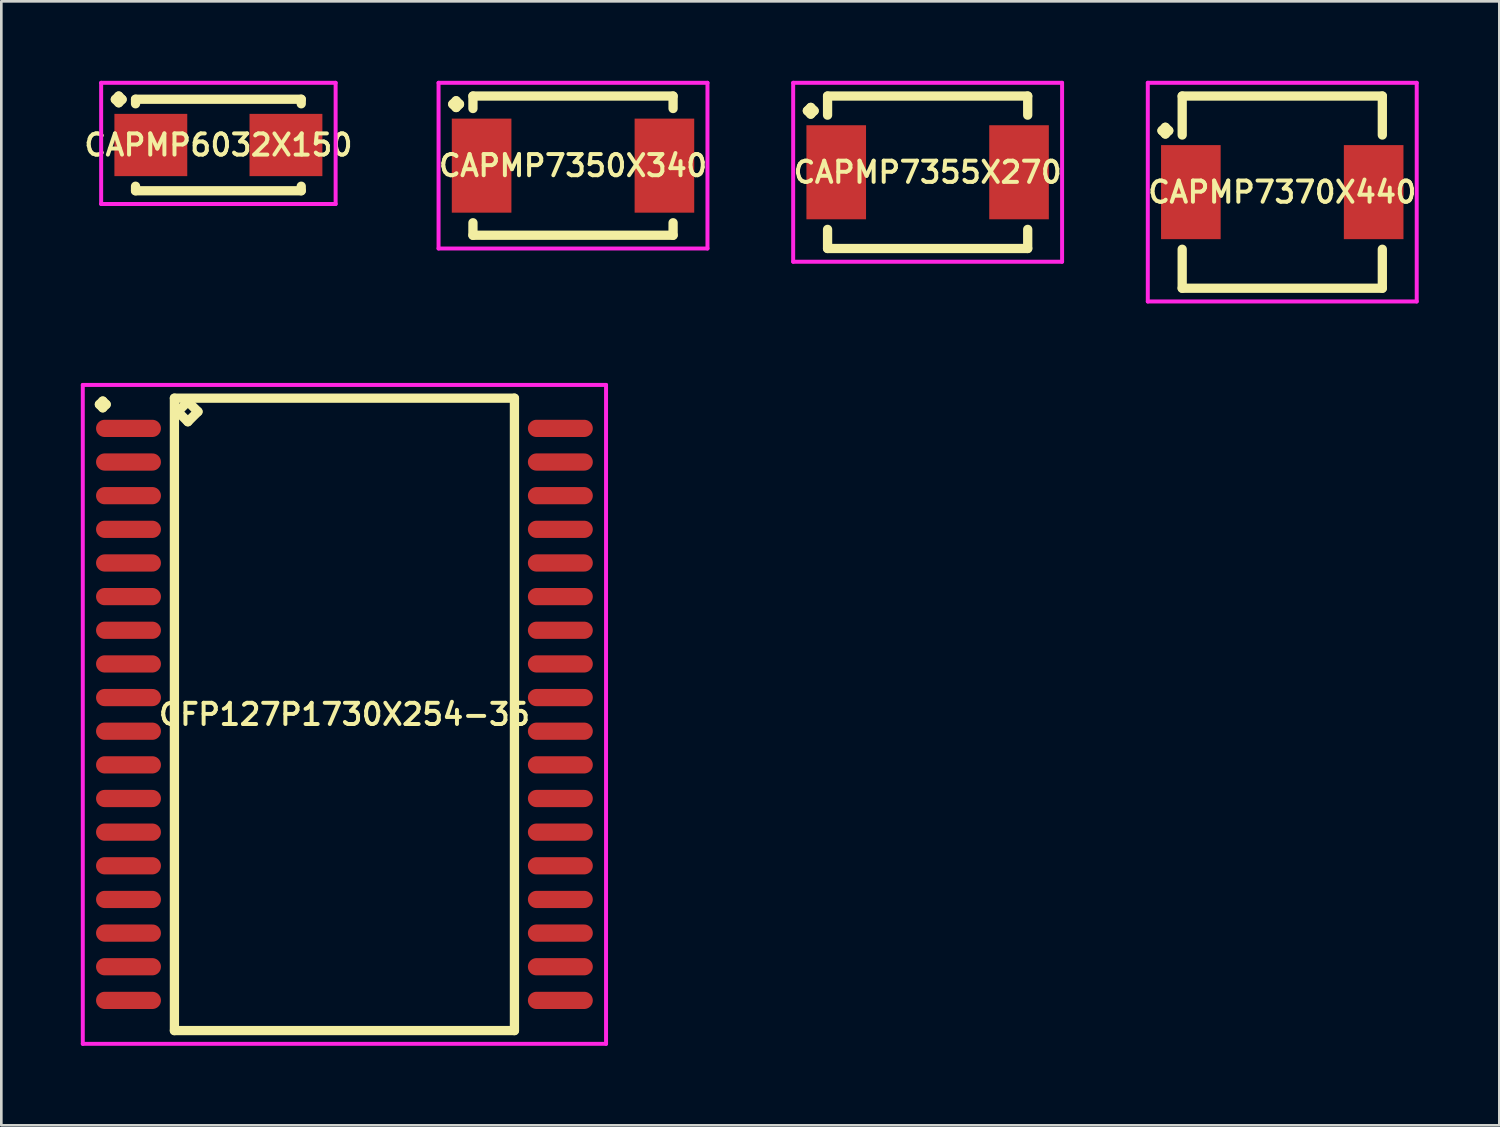
<source format=kicad_pcb>
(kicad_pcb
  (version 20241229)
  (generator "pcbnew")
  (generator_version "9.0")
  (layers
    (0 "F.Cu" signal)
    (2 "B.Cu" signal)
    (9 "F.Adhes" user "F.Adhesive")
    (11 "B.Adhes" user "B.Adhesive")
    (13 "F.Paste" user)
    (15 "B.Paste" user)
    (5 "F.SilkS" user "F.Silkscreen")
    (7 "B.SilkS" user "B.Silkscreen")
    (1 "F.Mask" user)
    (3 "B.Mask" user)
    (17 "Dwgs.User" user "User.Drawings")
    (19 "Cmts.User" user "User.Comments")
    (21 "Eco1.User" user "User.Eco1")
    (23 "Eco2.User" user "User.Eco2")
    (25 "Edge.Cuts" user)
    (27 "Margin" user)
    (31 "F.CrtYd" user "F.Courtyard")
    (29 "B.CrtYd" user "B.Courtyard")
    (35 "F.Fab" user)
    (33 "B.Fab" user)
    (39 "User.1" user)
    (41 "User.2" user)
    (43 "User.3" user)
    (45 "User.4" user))
  (footprint "CAPMP7370X440"
    (layer "F.Cu")
    (at 45.348 4.202)
    (property "Reference" "CAPMP7370X440" (at 0 0 0) (layer "F.SilkS") (effects (font (size 0.8 0.8) (thickness 0.15))))
    (attr smd)
    (fp_line (start -4.539 -2.321) (end -4.412 -2.448) (stroke (width 0.35) (type solid)) (layer "F.SilkS"))
    (fp_line (start -4.412 -2.448) (end -4.285 -2.321) (stroke (width 0.35) (type solid)) (layer "F.SilkS"))
    (fp_line (start -4.412 -2.194) (end -4.539 -2.321) (stroke (width 0.35) (type solid)) (layer "F.SilkS"))
    (fp_line (start -4.285 -2.321) (end -4.412 -2.194) (stroke (width 0.35) (type solid)) (layer "F.SilkS"))
    (fp_line (start -3.777 -3.627) (end 3.777 -3.627) (stroke (width 0.35) (type solid)) (layer "F.SilkS"))
    (fp_line (start -3.777 -2.156) (end -3.777 -3.627) (stroke (width 0.35) (type solid)) (layer "F.SilkS"))
    (fp_line (start -3.777 2.156) (end -3.777 3.627) (stroke (width 0.35) (type solid)) (layer "F.SilkS"))
    (fp_line (start -3.777 3.627) (end 3.777 3.627) (stroke (width 0.35) (type solid)) (layer "F.SilkS"))
    (fp_line (start 3.777 -3.627) (end 3.777 -2.156) (stroke (width 0.35) (type solid)) (layer "F.SilkS"))
    (fp_line (start 3.777 3.627) (end 3.777 2.156) (stroke (width 0.35) (type solid)) (layer "F.SilkS"))
    (fp_line (start -5.075 -4.127) (end 5.075 -4.127) (stroke (width 0.15) (type solid)) (layer "F.CrtYd"))
    (fp_line (start -5.075 4.127) (end -5.075 -4.127) (stroke (width 0.15) (type solid)) (layer "F.CrtYd"))
    (fp_line (start 5.075 -4.127) (end 5.075 4.127) (stroke (width 0.15) (type solid)) (layer "F.CrtYd"))
    (fp_line (start 5.075 4.127) (end -5.075 4.127) (stroke (width 0.15) (type solid)) (layer "F.CrtYd"))
    (pad "1" smd rect (at -3.45 0) (size 2.25 3.55) (layers "F.Cu" "F.Mask" "F.Paste"))
    (pad "2" smd rect (at 3.45 0) (size 2.25 3.55) (layers "F.Cu" "F.Mask" "F.Paste")))
  (footprint "CAPMP7355X270"
    (layer "F.Cu")
    (at 31.963 3.452)
    (property "Reference" "CAPMP7355X270" (at 0 0 0) (layer "F.SilkS") (effects (font (size 0.8 0.8) (thickness 0.15))))
    (attr smd)
    (fp_line (start -4.539 -2.321) (end -4.412 -2.448) (stroke (width 0.35) (type solid)) (layer "F.SilkS"))
    (fp_line (start -4.412 -2.448) (end -4.285 -2.321) (stroke (width 0.35) (type solid)) (layer "F.SilkS"))
    (fp_line (start -4.412 -2.194) (end -4.539 -2.321) (stroke (width 0.35) (type solid)) (layer "F.SilkS"))
    (fp_line (start -4.285 -2.321) (end -4.412 -2.194) (stroke (width 0.35) (type solid)) (layer "F.SilkS"))
    (fp_line (start -3.777 -2.877) (end 3.777 -2.877) (stroke (width 0.35) (type solid)) (layer "F.SilkS"))
    (fp_line (start -3.777 -2.156) (end -3.777 -2.877) (stroke (width 0.35) (type solid)) (layer "F.SilkS"))
    (fp_line (start -3.777 2.156) (end -3.777 2.877) (stroke (width 0.35) (type solid)) (layer "F.SilkS"))
    (fp_line (start -3.777 2.877) (end 3.777 2.877) (stroke (width 0.35) (type solid)) (layer "F.SilkS"))
    (fp_line (start 3.777 -2.877) (end 3.777 -2.156) (stroke (width 0.35) (type solid)) (layer "F.SilkS"))
    (fp_line (start 3.777 2.877) (end 3.777 2.156) (stroke (width 0.35) (type solid)) (layer "F.SilkS"))
    (fp_line (start -5.075 -3.377) (end 5.075 -3.377) (stroke (width 0.15) (type solid)) (layer "F.CrtYd"))
    (fp_line (start -5.075 3.377) (end -5.075 -3.377) (stroke (width 0.15) (type solid)) (layer "F.CrtYd"))
    (fp_line (start 5.075 -3.377) (end 5.075 3.377) (stroke (width 0.15) (type solid)) (layer "F.CrtYd"))
    (fp_line (start 5.075 3.377) (end -5.075 3.377) (stroke (width 0.15) (type solid)) (layer "F.CrtYd"))
    (pad "1" smd rect (at -3.45 0) (size 2.25 3.55) (layers "F.Cu" "F.Mask" "F.Paste"))
    (pad "2" smd rect (at 3.45 0) (size 2.25 3.55) (layers "F.Cu" "F.Mask" "F.Paste")))
  (footprint "CAPMP7350X340"
    (layer "F.Cu")
    (at 18.578 3.202)
    (property "Reference" "CAPMP7350X340" (at 0 0 0) (layer "F.SilkS") (effects (font (size 0.8 0.8) (thickness 0.15))))
    (attr through_hole)
    (fp_line (start -4.539 -2.321) (end -4.412 -2.448) (stroke (width 0.35) (type solid)) (layer "F.SilkS"))
    (fp_line (start -4.412 -2.448) (end -4.285 -2.321) (stroke (width 0.35) (type solid)) (layer "F.SilkS"))
    (fp_line (start -4.412 -2.194) (end -4.539 -2.321) (stroke (width 0.35) (type solid)) (layer "F.SilkS"))
    (fp_line (start -4.285 -2.321) (end -4.412 -2.194) (stroke (width 0.35) (type solid)) (layer "F.SilkS"))
    (fp_line (start -3.777 -2.627) (end 3.777 -2.627) (stroke (width 0.35) (type solid)) (layer "F.SilkS"))
    (fp_line (start -3.777 -2.156) (end -3.777 -2.627) (stroke (width 0.35) (type solid)) (layer "F.SilkS"))
    (fp_line (start -3.777 2.156) (end -3.777 2.627) (stroke (width 0.35) (type solid)) (layer "F.SilkS"))
    (fp_line (start -3.777 2.627) (end 3.777 2.627) (stroke (width 0.35) (type solid)) (layer "F.SilkS"))
    (fp_line (start 3.777 -2.627) (end 3.777 -2.156) (stroke (width 0.35) (type solid)) (layer "F.SilkS"))
    (fp_line (start 3.777 2.627) (end 3.777 2.156) (stroke (width 0.35) (type solid)) (layer "F.SilkS"))
    (fp_line (start -5.075 -3.127) (end 5.075 -3.127) (stroke (width 0.15) (type solid)) (layer "F.CrtYd"))
    (fp_line (start -5.075 3.127) (end -5.075 -3.127) (stroke (width 0.15) (type solid)) (layer "F.CrtYd"))
    (fp_line (start 5.075 -3.127) (end 5.075 3.127) (stroke (width 0.15) (type solid)) (layer "F.CrtYd"))
    (fp_line (start 5.075 3.127) (end -5.075 3.127) (stroke (width 0.15) (type solid)) (layer "F.CrtYd"))
    (pad "1" smd rect (at -3.45 0) (size 2.25 3.55) (layers "F.Cu" "F.Mask" "F.Paste"))
    (pad "2" smd rect (at 3.45 0) (size 2.25 3.55) (layers "F.Cu" "F.Mask" "F.Paste")))
  (footprint "CFP127P1730X254-36"
    (layer "F.Cu")
    (at 9.95 23.914)
    (property "Reference" "CFP127P1730X254-36" (at 0 0 0) (layer "F.SilkS") (effects (font (size 0.8 0.8) (thickness 0.15))))
    (attr smd)
    (fp_line (start -9.248 -11.699) (end -9.121 -11.826) (stroke (width 0.35) (type solid)) (layer "F.SilkS"))
    (fp_line (start -9.121 -11.826) (end -8.994 -11.699) (stroke (width 0.35) (type solid)) (layer "F.SilkS"))
    (fp_line (start -9.121 -11.572) (end -9.248 -11.699) (stroke (width 0.35) (type solid)) (layer "F.SilkS"))
    (fp_line (start -8.994 -11.699) (end -9.121 -11.572) (stroke (width 0.35) (type solid)) (layer "F.SilkS"))
    (fp_line (start -6.417 -11.935) (end -6.417 11.935) (stroke (width 0.35) (type solid)) (layer "F.SilkS"))
    (fp_line (start -6.417 11.935) (end 6.417 11.935) (stroke (width 0.35) (type solid)) (layer "F.SilkS"))
    (fp_line (start -6.29 -11.427) (end -5.909 -11.808) (stroke (width 0.35) (type solid)) (layer "F.SilkS"))
    (fp_line (start -5.909 -11.808) (end -5.528 -11.427) (stroke (width 0.35) (type solid)) (layer "F.SilkS"))
    (fp_line (start -5.909 -11.046) (end -6.29 -11.427) (stroke (width 0.35) (type solid)) (layer "F.SilkS"))
    (fp_line (start -5.528 -11.427) (end -5.909 -11.046) (stroke (width 0.35) (type solid)) (layer "F.SilkS"))
    (fp_line (start 6.417 -11.935) (end -6.417 -11.935) (stroke (width 0.35) (type solid)) (layer "F.SilkS"))
    (fp_line (start 6.417 11.935) (end 6.417 -11.935) (stroke (width 0.35) (type solid)) (layer "F.SilkS"))
    (fp_line (start -9.875 -12.435) (end 9.875 -12.435) (stroke (width 0.15) (type solid)) (layer "F.CrtYd"))
    (fp_line (start -9.875 12.435) (end -9.875 -12.435) (stroke (width 0.15) (type solid)) (layer "F.CrtYd"))
    (fp_line (start 9.875 -12.435) (end 9.875 12.435) (stroke (width 0.15) (type solid)) (layer "F.CrtYd"))
    (fp_line (start 9.875 12.435) (end -9.875 12.435) (stroke (width 0.15) (type solid)) (layer "F.CrtYd"))
    (pad "1" smd oval (at -8.15 -10.795) (size 2.45 0.65) (layers "F.Cu" "F.Mask" "F.Paste"))
    (pad "2" smd oval (at -8.15 -9.525) (size 2.45 0.65) (layers "F.Cu" "F.Mask" "F.Paste"))
    (pad "3" smd oval (at -8.15 -8.255) (size 2.45 0.65) (layers "F.Cu" "F.Mask" "F.Paste"))
    (pad "4" smd oval (at -8.15 -6.985) (size 2.45 0.65) (layers "F.Cu" "F.Mask" "F.Paste"))
    (pad "5" smd oval (at -8.15 -5.715) (size 2.45 0.65) (layers "F.Cu" "F.Mask" "F.Paste"))
    (pad "6" smd oval (at -8.15 -4.445) (size 2.45 0.65) (layers "F.Cu" "F.Mask" "F.Paste"))
    (pad "7" smd oval (at -8.15 -3.175) (size 2.45 0.65) (layers "F.Cu" "F.Mask" "F.Paste"))
    (pad "8" smd oval (at -8.15 -1.905) (size 2.45 0.65) (layers "F.Cu" "F.Mask" "F.Paste"))
    (pad "9" smd oval (at -8.15 -0.635) (size 2.45 0.65) (layers "F.Cu" "F.Mask" "F.Paste"))
    (pad "10" smd oval (at -8.15 0.635) (size 2.45 0.65) (layers "F.Cu" "F.Mask" "F.Paste"))
    (pad "11" smd oval (at -8.15 1.905) (size 2.45 0.65) (layers "F.Cu" "F.Mask" "F.Paste"))
    (pad "12" smd oval (at -8.15 3.175) (size 2.45 0.65) (layers "F.Cu" "F.Mask" "F.Paste"))
    (pad "13" smd oval (at -8.15 4.445) (size 2.45 0.65) (layers "F.Cu" "F.Mask" "F.Paste"))
    (pad "14" smd oval (at -8.15 5.715) (size 2.45 0.65) (layers "F.Cu" "F.Mask" "F.Paste"))
    (pad "15" smd oval (at -8.15 6.985) (size 2.45 0.65) (layers "F.Cu" "F.Mask" "F.Paste"))
    (pad "16" smd oval (at -8.15 8.255) (size 2.45 0.65) (layers "F.Cu" "F.Mask" "F.Paste"))
    (pad "17" smd oval (at -8.15 9.525) (size 2.45 0.65) (layers "F.Cu" "F.Mask" "F.Paste"))
    (pad "18" smd oval (at -8.15 10.795) (size 2.45 0.65) (layers "F.Cu" "F.Mask" "F.Paste"))
    (pad "19" smd oval (at 8.15 10.795) (size 2.45 0.65) (layers "F.Cu" "F.Mask" "F.Paste"))
    (pad "20" smd oval (at 8.15 9.525) (size 2.45 0.65) (layers "F.Cu" "F.Mask" "F.Paste"))
    (pad "21" smd oval (at 8.15 8.255) (size 2.45 0.65) (layers "F.Cu" "F.Mask" "F.Paste"))
    (pad "22" smd oval (at 8.15 6.985) (size 2.45 0.65) (layers "F.Cu" "F.Mask" "F.Paste"))
    (pad "23" smd oval (at 8.15 5.715) (size 2.45 0.65) (layers "F.Cu" "F.Mask" "F.Paste"))
    (pad "24" smd oval (at 8.15 4.445) (size 2.45 0.65) (layers "F.Cu" "F.Mask" "F.Paste"))
    (pad "25" smd oval (at 8.15 3.175) (size 2.45 0.65) (layers "F.Cu" "F.Mask" "F.Paste"))
    (pad "26" smd oval (at 8.15 1.905) (size 2.45 0.65) (layers "F.Cu" "F.Mask" "F.Paste"))
    (pad "27" smd oval (at 8.15 0.635) (size 2.45 0.65) (layers "F.Cu" "F.Mask" "F.Paste"))
    (pad "28" smd oval (at 8.15 -0.635) (size 2.45 0.65) (layers "F.Cu" "F.Mask" "F.Paste"))
    (pad "29" smd oval (at 8.15 -1.905) (size 2.45 0.65) (layers "F.Cu" "F.Mask" "F.Paste"))
    (pad "30" smd oval (at 8.15 -3.175) (size 2.45 0.65) (layers "F.Cu" "F.Mask" "F.Paste"))
    (pad "31" smd oval (at 8.15 -4.445) (size 2.45 0.65) (layers "F.Cu" "F.Mask" "F.Paste"))
    (pad "32" smd oval (at 8.15 -5.715) (size 2.45 0.65) (layers "F.Cu" "F.Mask" "F.Paste"))
    (pad "33" smd oval (at 8.15 -6.985) (size 2.45 0.65) (layers "F.Cu" "F.Mask" "F.Paste"))
    (pad "34" smd oval (at 8.15 -8.255) (size 2.45 0.65) (layers "F.Cu" "F.Mask" "F.Paste"))
    (pad "35" smd oval (at 8.15 -9.525) (size 2.45 0.65) (layers "F.Cu" "F.Mask" "F.Paste"))
    (pad "36" smd oval (at 8.15 -10.795) (size 2.45 0.65) (layers "F.Cu" "F.Mask" "F.Paste")))
  (footprint "CAPMP6032X150"
    (layer "F.Cu")
    (at 5.193 2.423)
    (property "Reference" "CAPMP6032X150" (at 0 0 0) (layer "F.SilkS") (effects (font (size 0.8 0.8) (thickness 0.15))))
    (attr smd)
    (fp_line (start -3.889 -1.721) (end -3.762 -1.848) (stroke (width 0.35) (type solid)) (layer "F.SilkS"))
    (fp_line (start -3.762 -1.848) (end -3.635 -1.721) (stroke (width 0.35) (type solid)) (layer "F.SilkS"))
    (fp_line (start -3.762 -1.594) (end -3.889 -1.721) (stroke (width 0.35) (type solid)) (layer "F.SilkS"))
    (fp_line (start -3.635 -1.721) (end -3.762 -1.594) (stroke (width 0.35) (type solid)) (layer "F.SilkS"))
    (fp_line (start -3.127 -1.727) (end 3.127 -1.727) (stroke (width 0.35) (type solid)) (layer "F.SilkS"))
    (fp_line (start -3.127 -1.556) (end -3.127 -1.727) (stroke (width 0.35) (type solid)) (layer "F.SilkS"))
    (fp_line (start -3.127 1.556) (end -3.127 1.727) (stroke (width 0.35) (type solid)) (layer "F.SilkS"))
    (fp_line (start -3.127 1.727) (end 3.127 1.727) (stroke (width 0.35) (type solid)) (layer "F.SilkS"))
    (fp_line (start 3.127 -1.727) (end 3.127 -1.556) (stroke (width 0.35) (type solid)) (layer "F.SilkS"))
    (fp_line (start 3.127 1.727) (end 3.127 1.556) (stroke (width 0.35) (type solid)) (layer "F.SilkS"))
    (fp_line (start -4.425 -2.348) (end 4.425 -2.348) (stroke (width 0.15) (type solid)) (layer "F.CrtYd"))
    (fp_line (start -4.425 2.227) (end -4.425 -2.348) (stroke (width 0.15) (type solid)) (layer "F.CrtYd"))
    (fp_line (start 4.425 -2.348) (end 4.425 2.227) (stroke (width 0.15) (type solid)) (layer "F.CrtYd"))
    (fp_line (start 4.425 2.227) (end -4.425 2.227) (stroke (width 0.15) (type solid)) (layer "F.CrtYd"))
    (pad "1" smd rect (at -2.55 0) (size 2.75 2.35) (layers "F.Cu" "F.Mask" "F.Paste"))
    (pad "2" smd rect (at 2.55 0) (size 2.75 2.35) (layers "F.Cu" "F.Mask" "F.Paste")))
  (gr_rect
    (start -3 -3)
    (end 53.541 39.424)
    (stroke (width 0.1) (type default))
    (fill no)
    (layer "Edge.Cuts")))
</source>
